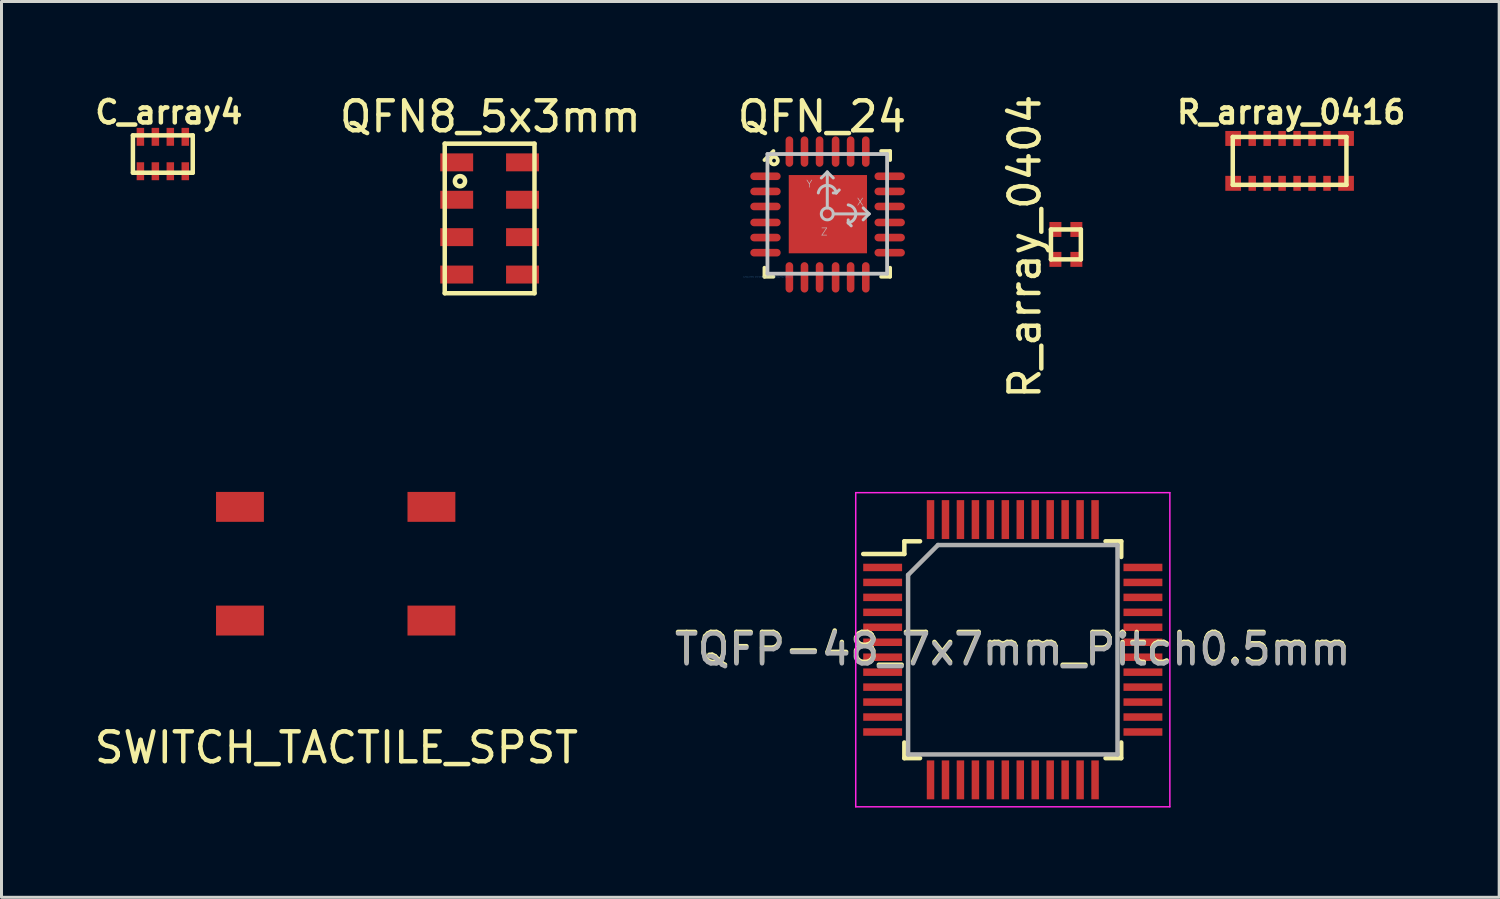
<source format=kicad_pcb>
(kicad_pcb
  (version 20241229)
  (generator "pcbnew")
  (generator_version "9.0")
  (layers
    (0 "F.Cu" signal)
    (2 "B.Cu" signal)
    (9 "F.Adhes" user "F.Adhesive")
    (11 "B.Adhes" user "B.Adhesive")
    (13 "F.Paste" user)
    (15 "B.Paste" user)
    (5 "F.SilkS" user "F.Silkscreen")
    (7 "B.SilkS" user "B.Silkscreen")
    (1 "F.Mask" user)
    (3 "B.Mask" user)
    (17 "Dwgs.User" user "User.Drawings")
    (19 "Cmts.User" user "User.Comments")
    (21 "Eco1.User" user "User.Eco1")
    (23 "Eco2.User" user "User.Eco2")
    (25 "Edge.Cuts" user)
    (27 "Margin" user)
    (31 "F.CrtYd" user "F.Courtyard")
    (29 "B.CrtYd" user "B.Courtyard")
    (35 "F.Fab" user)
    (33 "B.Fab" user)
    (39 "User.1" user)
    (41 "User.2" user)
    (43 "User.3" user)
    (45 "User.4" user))
  (footprint "SWITCH_TACTILE_SPST"
    (layer "F.Cu")
    (at 8.171 15.793)
    (property "Reference" "SWITCH_TACTILE_SPST" (at 0.025 6.147 0) (layer "F.SilkS") (effects (font (size 1 1) (thickness 0.15))))
    (attr through_hole)
    (pad "1" smd rect (at -3.2 -1.9) (size 1.6 1) (layers "F.Cu" "F.Mask" "F.Paste"))
    (pad "2" smd rect (at -3.2 1.9) (size 1.6 1) (layers "F.Cu" "F.Mask" "F.Paste"))
    (pad "3" smd rect (at 3.2 -1.9) (size 1.6 1) (layers "F.Cu" "F.Mask" "F.Paste"))
    (pad "4" smd rect (at 3.2 1.9) (size 1.6 1) (layers "F.Cu" "F.Mask" "F.Paste")))
  (footprint "R_array_0416"
    (layer "F.Cu")
    (at 40.057 2.328)
    (property "Reference" "R_array_0416" (at 0.051 -1.626 0) (layer "F.SilkS") (effects (font (size 0.75 0.75) (thickness 0.15))))
    (attr through_hole)
    (fp_line (start -1.9 -0.8) (end -1.9 0.8) (stroke (width 0.15) (type solid)) (layer "F.SilkS"))
    (fp_line (start -1.9 -0.8) (end 1.9 -0.8) (stroke (width 0.15) (type solid)) (layer "F.SilkS"))
    (fp_line (start -1.9 0.8) (end 1.9 0.8) (stroke (width 0.15) (type solid)) (layer "F.SilkS"))
    (fp_line (start 1.9 -0.8) (end 1.9 0.8) (stroke (width 0.15) (type solid)) (layer "F.SilkS"))
    (pad "1" smd rect (at -1.887 -0.75) (size 0.525 0.5) (layers "F.Cu" "F.Mask" "F.Paste"))
    (pad "2" smd rect (at -1.887 0.75) (size 0.525 0.5) (layers "F.Cu" "F.Mask" "F.Paste"))
    (pad "3" smd rect (at -1.25 -0.75) (size 0.25 0.5) (layers "F.Cu" "F.Mask" "F.Paste"))
    (pad "4" smd rect (at -1.25 0.75) (size 0.25 0.5) (layers "F.Cu" "F.Mask" "F.Paste"))
    (pad "5" smd rect (at -0.75 -0.75) (size 0.25 0.5) (layers "F.Cu" "F.Mask" "F.Paste"))
    (pad "6" smd rect (at -0.75 0.75) (size 0.25 0.5) (layers "F.Cu" "F.Mask" "F.Paste"))
    (pad "7" smd rect (at -0.25 -0.75) (size 0.25 0.5) (layers "F.Cu" "F.Mask" "F.Paste"))
    (pad "8" smd rect (at -0.25 0.75) (size 0.25 0.5) (layers "F.Cu" "F.Mask" "F.Paste"))
    (pad "9" smd rect (at 0.25 -0.75) (size 0.25 0.5) (layers "F.Cu" "F.Mask" "F.Paste"))
    (pad "10" smd rect (at 0.25 0.75) (size 0.25 0.5) (layers "F.Cu" "F.Mask" "F.Paste"))
    (pad "11" smd rect (at 0.75 -0.75) (size 0.25 0.5) (layers "F.Cu" "F.Mask" "F.Paste"))
    (pad "12" smd rect (at 0.75 0.75) (size 0.25 0.5) (layers "F.Cu" "F.Mask" "F.Paste"))
    (pad "13" smd rect (at 1.25 -0.75) (size 0.25 0.5) (layers "F.Cu" "F.Mask" "F.Paste"))
    (pad "14" smd rect (at 1.25 0.75) (size 0.25 0.5) (layers "F.Cu" "F.Mask" "F.Paste"))
    (pad "15" smd rect (at 1.887 -0.75) (size 0.525 0.5) (layers "F.Cu" "F.Mask" "F.Paste"))
    (pad "16" smd rect (at 1.887 0.75) (size 0.525 0.5) (layers "F.Cu" "F.Mask" "F.Paste")))
  (footprint "QFN8_5x3mm"
    (layer "F.Cu")
    (at 13.316 4.252)
    (property "Reference" "QFN8_5x3mm" (at 0.025 -3.404 0) (layer "F.SilkS") (effects (font (size 1 1) (thickness 0.15))))
    (attr through_hole)
    (fp_line (start -1.5 -2.5) (end 1.5 -2.5) (stroke (width 0.15) (type solid)) (layer "F.SilkS"))
    (fp_line (start -1.5 2.5) (end -1.5 -2.5) (stroke (width 0.15) (type solid)) (layer "F.SilkS"))
    (fp_line (start 1.5 -2.5) (end 1.5 2.5) (stroke (width 0.15) (type solid)) (layer "F.SilkS"))
    (fp_line (start 1.5 2.5) (end -1.5 2.5) (stroke (width 0.15) (type solid)) (layer "F.SilkS"))
    (fp_circle (center -0.991 -1.245) (end -0.914 -1.397) (stroke (width 0.15) (type solid)) (fill no) (layer "F.SilkS"))
    (pad "1" smd rect (at -1.1 -1.875) (size 1.1 0.6) (layers "F.Cu" "F.Mask" "F.Paste"))
    (pad "2" smd rect (at -1.1 -0.625) (size 1.1 0.6) (layers "F.Cu" "F.Mask" "F.Paste"))
    (pad "3" smd rect (at -1.1 0.625) (size 1.1 0.6) (layers "F.Cu" "F.Mask" "F.Paste"))
    (pad "4" smd rect (at -1.1 1.875) (size 1.1 0.6) (layers "F.Cu" "F.Mask" "F.Paste"))
    (pad "5" smd rect (at 1.1 1.875) (size 1.1 0.6) (layers "F.Cu" "F.Mask" "F.Paste"))
    (pad "6" smd rect (at 1.1 0.625) (size 1.1 0.6) (layers "F.Cu" "F.Mask" "F.Paste"))
    (pad "7" smd rect (at 1.1 -0.625) (size 1.1 0.6) (layers "F.Cu" "F.Mask" "F.Paste"))
    (pad "8" smd rect (at 1.1 -1.875) (size 1.1 0.6) (layers "F.Cu" "F.Mask" "F.Paste")))
  (footprint "QFN_24"
    (layer "F.Cu")
    (at 24.603 4.099)
    (property "Reference" "QFN_24" (at -0.178 -3.251 0) (layer "F.SilkS") (effects (font (size 1 1) (thickness 0.15))))
    (attr through_hole)
    (fp_line (start -2.1 -1.8) (end -1.8 -2.1) (stroke (width 0.127) (type solid)) (layer "F.SilkS"))
    (fp_line (start -2.1 2.1) (end -2.1 1.8) (stroke (width 0.127) (type solid)) (layer "F.SilkS"))
    (fp_line (start -1.8 2.1) (end -2.1 2.1) (stroke (width 0.127) (type solid)) (layer "F.SilkS"))
    (fp_line (start 1.8 -2.1) (end 2.1 -2.1) (stroke (width 0.127) (type solid)) (layer "F.SilkS"))
    (fp_line (start 1.8 2.1) (end 2.1 2.1) (stroke (width 0.127) (type solid)) (layer "F.SilkS"))
    (fp_line (start 2.1 -2.1) (end 2.1 -1.8) (stroke (width 0.127) (type solid)) (layer "F.SilkS"))
    (fp_line (start 2.1 2.1) (end 2.1 1.8) (stroke (width 0.127) (type solid)) (layer "F.SilkS"))
    (fp_circle (center -1.78 -1.78) (end -1.717 -1.78) (stroke (width 0.127) (type solid)) (fill no) (layer "F.SilkS"))
    (fp_poly (pts (xy -0.838 -0.33) (xy -0.356 -0.33) (xy -0.356 -0.813) (xy -0.838 -0.813)) (stroke (width 0) (type solid)) (fill yes) (layer "F.Paste"))
    (fp_poly (pts (xy -0.826 0.876) (xy -0.343 0.876) (xy -0.343 0.394) (xy -0.826 0.394)) (stroke (width 0) (type solid)) (fill yes) (layer "F.Paste"))
    (fp_poly (pts (xy 0.394 0.876) (xy 0.876 0.876) (xy 0.876 0.394) (xy 0.394 0.394)) (stroke (width 0) (type solid)) (fill yes) (layer "F.Paste"))
    (fp_poly (pts (xy 0.432 -0.33) (xy 0.914 -0.33) (xy 0.914 -0.813) (xy 0.432 -0.813)) (stroke (width 0) (type solid)) (fill yes) (layer "F.Paste"))
    (fp_line (start -2 -2) (end 2 -2) (stroke (width 0.127) (type solid)) (layer "Dwgs.User"))
    (fp_line (start -2 2) (end -2 -2) (stroke (width 0.127) (type solid)) (layer "Dwgs.User"))
    (fp_line (start -0.2 -1.2) (end 0 -1.4) (stroke (width 0.1) (type solid)) (layer "Dwgs.User"))
    (fp_line (start 0 -1.4) (end 0.2 -1.2) (stroke (width 0.1) (type solid)) (layer "Dwgs.User"))
    (fp_line (start 0 -0.2) (end 0 -1.4) (stroke (width 0.1) (type solid)) (layer "Dwgs.User"))
    (fp_line (start 0.2 0) (end 1.4 0) (stroke (width 0.1) (type solid)) (layer "Dwgs.User"))
    (fp_line (start 0.3 -0.7) (end 0.2 -0.7) (stroke (width 0.1) (type solid)) (layer "Dwgs.User"))
    (fp_line (start 0.4 -0.8) (end 0.3 -0.7) (stroke (width 0.1) (type solid)) (layer "Dwgs.User"))
    (fp_line (start 0.7 0.3) (end 0.7 0.2) (stroke (width 0.1) (type solid)) (layer "Dwgs.User"))
    (fp_line (start 0.8 0.4) (end 0.7 0.3) (stroke (width 0.1) (type solid)) (layer "Dwgs.User"))
    (fp_line (start 1.2 -0.2) (end 1.4 0) (stroke (width 0.1) (type solid)) (layer "Dwgs.User"))
    (fp_line (start 1.4 0) (end 1.2 0.2) (stroke (width 0.1) (type solid)) (layer "Dwgs.User"))
    (fp_line (start 2 -2) (end 2 2) (stroke (width 0.127) (type solid)) (layer "Dwgs.User"))
    (fp_line (start 2 2) (end -2 2) (stroke (width 0.127) (type solid)) (layer "Dwgs.User"))
    (fp_arc (start -0.3 -0.7) (mid 0 -0.954138) (end 0.3 -0.7) (stroke (width 0.1) (type solid)) (layer "Dwgs.User"))
    (fp_arc (start 0.7 -0.3) (mid 0.954138 0) (end 0.7 0.3) (stroke (width 0.1) (type solid)) (layer "Dwgs.User"))
    (fp_circle (center 0 0) (end 0.2 0) (stroke (width 0.1) (type solid)) (fill no) (layer "Dwgs.User"))
    (fp_text user "Z" (at -0.1 0.6 0) (layer "Dwgs.User") (effects (font (size 0.241 0.241) (thickness 0.02))))
    (fp_text user "X" (at 1.1 -0.4 0) (layer "Dwgs.User") (effects (font (size 0.241 0.241) (thickness 0.02))))
    (fp_text user "Y" (at -0.6 -1 0) (layer "Dwgs.User") (effects (font (size 0.241 0.241) (thickness 0.02))))
    (fp_text user "C:/Documents and Settings/jbartlett/Desktop/mpu-6050.bmp" (at -1.983 2.105 0) (layer "Cmts.User") (effects (font (size 0.035 0.035) (thickness 0.003))))
    (pad "1" smd oval (at -2.066 -1.257 180) (size 1.016 0.254) (layers "F.Cu" "F.Mask" "F.Paste"))
    (pad "2" smd oval (at -2.066 -0.75 180) (size 1.016 0.254) (layers "F.Cu" "F.Mask" "F.Paste"))
    (pad "3" smd oval (at -2.066 -0.247 180) (size 1.016 0.254) (layers "F.Cu" "F.Mask" "F.Paste"))
    (pad "4" smd oval (at -2.066 0.287 180) (size 1.016 0.254) (layers "F.Cu" "F.Mask" "F.Paste"))
    (pad "5" smd oval (at -2.066 0.792 180) (size 1.016 0.254) (layers "F.Cu" "F.Mask" "F.Paste"))
    (pad "6" smd oval (at -2.066 1.297 180) (size 1.016 0.254) (layers "F.Cu" "F.Mask" "F.Paste"))
    (pad "7" smd oval (at -1.267 2.122 90) (size 1.016 0.254) (layers "F.Cu" "F.Mask" "F.Paste"))
    (pad "8" smd oval (at -0.762 2.122 90) (size 1.016 0.254) (layers "F.Cu" "F.Mask" "F.Paste"))
    (pad "9" smd oval (at -0.258 2.122 90) (size 1.016 0.254) (layers "F.Cu" "F.Mask" "F.Paste"))
    (pad "10" smd oval (at 0.278 2.122 90) (size 1.016 0.254) (layers "F.Cu" "F.Mask" "F.Paste"))
    (pad "11" smd oval (at 0.78 2.122 90) (size 1.016 0.254) (layers "F.Cu" "F.Mask" "F.Paste"))
    (pad "12" smd oval (at 1.287 2.122 90) (size 1.016 0.254) (layers "F.Cu" "F.Mask" "F.Paste"))
    (pad "13" smd oval (at 2.086 1.297 180) (size 1.016 0.254) (layers "F.Cu" "F.Mask" "F.Paste"))
    (pad "14" smd oval (at 2.086 0.792 180) (size 1.016 0.254) (layers "F.Cu" "F.Mask" "F.Paste"))
    (pad "15" smd oval (at 2.086 0.287 180) (size 1.016 0.254) (layers "F.Cu" "F.Mask" "F.Paste"))
    (pad "16" smd oval (at 2.086 -0.247 180) (size 1.016 0.254) (layers "F.Cu" "F.Mask" "F.Paste"))
    (pad "17" smd oval (at 2.086 -0.75 180) (size 1.016 0.254) (layers "F.Cu" "F.Mask" "F.Paste"))
    (pad "18" smd oval (at 2.086 -1.257 180) (size 1.016 0.254) (layers "F.Cu" "F.Mask" "F.Paste"))
    (pad "19" smd oval (at 1.287 -2.082 90) (size 1.016 0.254) (layers "F.Cu" "F.Mask" "F.Paste"))
    (pad "20" smd oval (at 0.78 -2.082 90) (size 1.016 0.254) (layers "F.Cu" "F.Mask" "F.Paste"))
    (pad "21" smd oval (at 0.278 -2.082 90) (size 1.016 0.254) (layers "F.Cu" "F.Mask" "F.Paste"))
    (pad "22" smd oval (at -0.258 -2.082 90) (size 1.016 0.254) (layers "F.Cu" "F.Mask" "F.Paste"))
    (pad "23" smd oval (at -0.762 -2.082 90) (size 1.016 0.254) (layers "F.Cu" "F.Mask" "F.Paste"))
    (pad "24" smd oval (at -1.267 -2.082 90) (size 1.016 0.254) (layers "F.Cu" "F.Mask" "F.Paste"))
    (pad "P$1" smd rect (at 0.02 0.01) (size 2.616 2.616) (layers "F.Cu" "F.Mask" "F.Paste")))
  (footprint "TQFP-48_7x7mm_Pitch0.5mm"
    (layer "F.Cu")
    (at 30.804 18.668)
    (property "Reference" "TQFP-48_7x7mm_Pitch0.5mm" (at 0 -0.05 0) (layer "F.SilkS") (effects (font (size 1 1) (thickness 0.15))))
    (attr smd)
    (fp_line (start -3.625 -3.625) (end -3.625 -3.2) (stroke (width 0.15) (type solid)) (layer "F.SilkS"))
    (fp_line (start -3.625 -3.625) (end -3.1 -3.625) (stroke (width 0.15) (type solid)) (layer "F.SilkS"))
    (fp_line (start -3.625 -3.2) (end -5 -3.2) (stroke (width 0.15) (type solid)) (layer "F.SilkS"))
    (fp_line (start -3.625 3.625) (end -3.625 3.1) (stroke (width 0.15) (type solid)) (layer "F.SilkS"))
    (fp_line (start -3.625 3.625) (end -3.1 3.625) (stroke (width 0.15) (type solid)) (layer "F.SilkS"))
    (fp_line (start 3.625 -3.625) (end 3.1 -3.625) (stroke (width 0.15) (type solid)) (layer "F.SilkS"))
    (fp_line (start 3.625 -3.625) (end 3.625 -3.1) (stroke (width 0.15) (type solid)) (layer "F.SilkS"))
    (fp_line (start 3.625 3.625) (end 3.1 3.625) (stroke (width 0.15) (type solid)) (layer "F.SilkS"))
    (fp_line (start 3.625 3.625) (end 3.625 3.1) (stroke (width 0.15) (type solid)) (layer "F.SilkS"))
    (fp_line (start -5.25 -5.25) (end -5.25 5.25) (stroke (width 0.05) (type solid)) (layer "F.CrtYd"))
    (fp_line (start -5.25 -5.25) (end 5.25 -5.25) (stroke (width 0.05) (type solid)) (layer "F.CrtYd"))
    (fp_line (start -5.25 5.25) (end 5.25 5.25) (stroke (width 0.05) (type solid)) (layer "F.CrtYd"))
    (fp_line (start 5.25 -5.25) (end 5.25 5.25) (stroke (width 0.05) (type solid)) (layer "F.CrtYd"))
    (fp_line (start -3.5 -2.5) (end -2.5 -3.5) (stroke (width 0.15) (type solid)) (layer "F.Fab"))
    (fp_line (start -3.5 3.5) (end -3.5 -2.5) (stroke (width 0.15) (type solid)) (layer "F.Fab"))
    (fp_line (start -2.5 -3.5) (end 3.5 -3.5) (stroke (width 0.15) (type solid)) (layer "F.Fab"))
    (fp_line (start 3.5 -3.5) (end 3.5 3.5) (stroke (width 0.15) (type solid)) (layer "F.Fab"))
    (fp_line (start 3.5 3.5) (end -3.5 3.5) (stroke (width 0.15) (type solid)) (layer "F.Fab"))
    (fp_text user "${REFERENCE}" (at 0 0 0) (layer "F.Fab") (effects (font (size 1 1) (thickness 0.15))))
    (pad "1" smd rect (at -4.35 -2.75) (size 1.3 0.25) (layers "F.Cu" "F.Mask" "F.Paste"))
    (pad "2" smd rect (at -4.35 -2.25) (size 1.3 0.25) (layers "F.Cu" "F.Mask" "F.Paste"))
    (pad "3" smd rect (at -4.35 -1.75) (size 1.3 0.25) (layers "F.Cu" "F.Mask" "F.Paste"))
    (pad "4" smd rect (at -4.35 -1.25) (size 1.3 0.25) (layers "F.Cu" "F.Mask" "F.Paste"))
    (pad "5" smd rect (at -4.35 -0.75) (size 1.3 0.25) (layers "F.Cu" "F.Mask" "F.Paste"))
    (pad "6" smd rect (at -4.35 -0.25) (size 1.3 0.25) (layers "F.Cu" "F.Mask" "F.Paste"))
    (pad "7" smd rect (at -4.35 0.25) (size 1.3 0.25) (layers "F.Cu" "F.Mask" "F.Paste"))
    (pad "8" smd rect (at -4.35 0.75) (size 1.3 0.25) (layers "F.Cu" "F.Mask" "F.Paste"))
    (pad "9" smd rect (at -4.35 1.25) (size 1.3 0.25) (layers "F.Cu" "F.Mask" "F.Paste"))
    (pad "10" smd rect (at -4.35 1.75) (size 1.3 0.25) (layers "F.Cu" "F.Mask" "F.Paste"))
    (pad "11" smd rect (at -4.35 2.25) (size 1.3 0.25) (layers "F.Cu" "F.Mask" "F.Paste"))
    (pad "12" smd rect (at -4.35 2.75) (size 1.3 0.25) (layers "F.Cu" "F.Mask" "F.Paste"))
    (pad "13" smd rect (at -2.75 4.35 90) (size 1.3 0.25) (layers "F.Cu" "F.Mask" "F.Paste"))
    (pad "14" smd rect (at -2.25 4.35 90) (size 1.3 0.25) (layers "F.Cu" "F.Mask" "F.Paste"))
    (pad "15" smd rect (at -1.75 4.35 90) (size 1.3 0.25) (layers "F.Cu" "F.Mask" "F.Paste"))
    (pad "16" smd rect (at -1.25 4.35 90) (size 1.3 0.25) (layers "F.Cu" "F.Mask" "F.Paste"))
    (pad "17" smd rect (at -0.75 4.35 90) (size 1.3 0.25) (layers "F.Cu" "F.Mask" "F.Paste"))
    (pad "18" smd rect (at -0.25 4.35 90) (size 1.3 0.25) (layers "F.Cu" "F.Mask" "F.Paste"))
    (pad "19" smd rect (at 0.25 4.35 90) (size 1.3 0.25) (layers "F.Cu" "F.Mask" "F.Paste"))
    (pad "20" smd rect (at 0.75 4.35 90) (size 1.3 0.25) (layers "F.Cu" "F.Mask" "F.Paste"))
    (pad "21" smd rect (at 1.25 4.35 90) (size 1.3 0.25) (layers "F.Cu" "F.Mask" "F.Paste"))
    (pad "22" smd rect (at 1.75 4.35 90) (size 1.3 0.25) (layers "F.Cu" "F.Mask" "F.Paste"))
    (pad "23" smd rect (at 2.25 4.35 90) (size 1.3 0.25) (layers "F.Cu" "F.Mask" "F.Paste"))
    (pad "24" smd rect (at 2.75 4.35 90) (size 1.3 0.25) (layers "F.Cu" "F.Mask" "F.Paste"))
    (pad "25" smd rect (at 4.35 2.75) (size 1.3 0.25) (layers "F.Cu" "F.Mask" "F.Paste"))
    (pad "26" smd rect (at 4.35 2.25) (size 1.3 0.25) (layers "F.Cu" "F.Mask" "F.Paste"))
    (pad "27" smd rect (at 4.35 1.75) (size 1.3 0.25) (layers "F.Cu" "F.Mask" "F.Paste"))
    (pad "28" smd rect (at 4.35 1.25) (size 1.3 0.25) (layers "F.Cu" "F.Mask" "F.Paste"))
    (pad "29" smd rect (at 4.35 0.75) (size 1.3 0.25) (layers "F.Cu" "F.Mask" "F.Paste"))
    (pad "30" smd rect (at 4.35 0.25) (size 1.3 0.25) (layers "F.Cu" "F.Mask" "F.Paste"))
    (pad "31" smd rect (at 4.35 -0.25) (size 1.3 0.25) (layers "F.Cu" "F.Mask" "F.Paste"))
    (pad "32" smd rect (at 4.35 -0.75) (size 1.3 0.25) (layers "F.Cu" "F.Mask" "F.Paste"))
    (pad "33" smd rect (at 4.35 -1.25) (size 1.3 0.25) (layers "F.Cu" "F.Mask" "F.Paste"))
    (pad "34" smd rect (at 4.35 -1.75) (size 1.3 0.25) (layers "F.Cu" "F.Mask" "F.Paste"))
    (pad "35" smd rect (at 4.35 -2.25) (size 1.3 0.25) (layers "F.Cu" "F.Mask" "F.Paste"))
    (pad "36" smd rect (at 4.35 -2.75) (size 1.3 0.25) (layers "F.Cu" "F.Mask" "F.Paste"))
    (pad "37" smd rect (at 2.75 -4.35 90) (size 1.3 0.25) (layers "F.Cu" "F.Mask" "F.Paste"))
    (pad "38" smd rect (at 2.25 -4.35 90) (size 1.3 0.25) (layers "F.Cu" "F.Mask" "F.Paste"))
    (pad "39" smd rect (at 1.75 -4.35 90) (size 1.3 0.25) (layers "F.Cu" "F.Mask" "F.Paste"))
    (pad "40" smd rect (at 1.25 -4.35 90) (size 1.3 0.25) (layers "F.Cu" "F.Mask" "F.Paste"))
    (pad "41" smd rect (at 0.75 -4.35 90) (size 1.3 0.25) (layers "F.Cu" "F.Mask" "F.Paste"))
    (pad "42" smd rect (at 0.25 -4.35 90) (size 1.3 0.25) (layers "F.Cu" "F.Mask" "F.Paste"))
    (pad "43" smd rect (at -0.25 -4.35 90) (size 1.3 0.25) (layers "F.Cu" "F.Mask" "F.Paste"))
    (pad "44" smd rect (at -0.75 -4.35 90) (size 1.3 0.25) (layers "F.Cu" "F.Mask" "F.Paste"))
    (pad "45" smd rect (at -1.25 -4.35 90) (size 1.3 0.25) (layers "F.Cu" "F.Mask" "F.Paste"))
    (pad "46" smd rect (at -1.75 -4.35 90) (size 1.3 0.25) (layers "F.Cu" "F.Mask" "F.Paste"))
    (pad "47" smd rect (at -2.25 -4.35 90) (size 1.3 0.25) (layers "F.Cu" "F.Mask" "F.Paste"))
    (pad "48" smd rect (at -2.75 -4.35 90) (size 1.3 0.25) (layers "F.Cu" "F.Mask" "F.Paste")))
  (footprint "C_array4"
    (layer "F.Cu")
    (at 2.393 2.099)
    (property "Reference" "C_array4" (at 0.203 -1.397 0) (layer "F.SilkS") (effects (font (size 0.75 0.75) (thickness 0.15))))
    (attr through_hole)
    (fp_line (start -1 -0.625) (end -1 0.625) (stroke (width 0.15) (type solid)) (layer "F.SilkS"))
    (fp_line (start -1 -0.625) (end 1 -0.625) (stroke (width 0.15) (type solid)) (layer "F.SilkS"))
    (fp_line (start 1 -0.625) (end 1 0.625) (stroke (width 0.15) (type solid)) (layer "F.SilkS"))
    (fp_line (start 1 0.625) (end -1 0.625) (stroke (width 0.15) (type solid)) (layer "F.SilkS"))
    (pad "1" smd rect (at -0.75 -0.575) (size 0.25 0.6) (layers "F.Cu" "F.Mask" "F.Paste"))
    (pad "2" smd rect (at -0.75 0.575) (size 0.25 0.6) (layers "F.Cu" "F.Mask" "F.Paste"))
    (pad "3" smd rect (at -0.25 -0.575) (size 0.25 0.6) (layers "F.Cu" "F.Mask" "F.Paste"))
    (pad "4" smd rect (at -0.25 0.575) (size 0.25 0.6) (layers "F.Cu" "F.Mask" "F.Paste"))
    (pad "5" smd rect (at 0.25 -0.575) (size 0.25 0.6) (layers "F.Cu" "F.Mask" "F.Paste"))
    (pad "6" smd rect (at 0.25 0.575) (size 0.25 0.6) (layers "F.Cu" "F.Mask" "F.Paste"))
    (pad "7" smd rect (at 0.75 -0.575) (size 0.25 0.6) (layers "F.Cu" "F.Mask" "F.Paste"))
    (pad "8" smd rect (at 0.75 0.575) (size 0.25 0.6) (layers "F.Cu" "F.Mask" "F.Paste")))
  (footprint "R_array_0404"
    (layer "F.Cu")
    (at 32.579 5.12)
    (property "Reference" "R_array_0404" (at -1.372 0.076 90) (layer "F.SilkS") (effects (font (size 1 1) (thickness 0.15))))
    (attr through_hole)
    (fp_line (start -0.5 -0.5) (end -0.5 0.5) (stroke (width 0.15) (type solid)) (layer "F.SilkS"))
    (fp_line (start -0.5 -0.5) (end 0.5 -0.5) (stroke (width 0.15) (type solid)) (layer "F.SilkS"))
    (fp_line (start 0.5 -0.5) (end 0.5 0.5) (stroke (width 0.15) (type solid)) (layer "F.SilkS"))
    (fp_line (start 0.5 0.5) (end -0.5 0.5) (stroke (width 0.15) (type solid)) (layer "F.SilkS"))
    (pad "1" smd rect (at -0.35 -0.5) (size 0.4 0.5) (layers "F.Cu" "F.Mask" "F.Paste"))
    (pad "2" smd rect (at -0.35 0.5) (size 0.4 0.5) (layers "F.Cu" "F.Mask" "F.Paste"))
    (pad "3" smd rect (at 0.35 -0.5) (size 0.4 0.5) (layers "F.Cu" "F.Mask" "F.Paste"))
    (pad "4" smd rect (at 0.35 0.5) (size 0.4 0.5) (layers "F.Cu" "F.Mask" "F.Paste")))
  (gr_rect
    (start -3 -3)
    (end 47.062 26.943)
    (stroke (width 0.1) (type default))
    (fill no)
    (layer "Edge.Cuts")))
</source>
